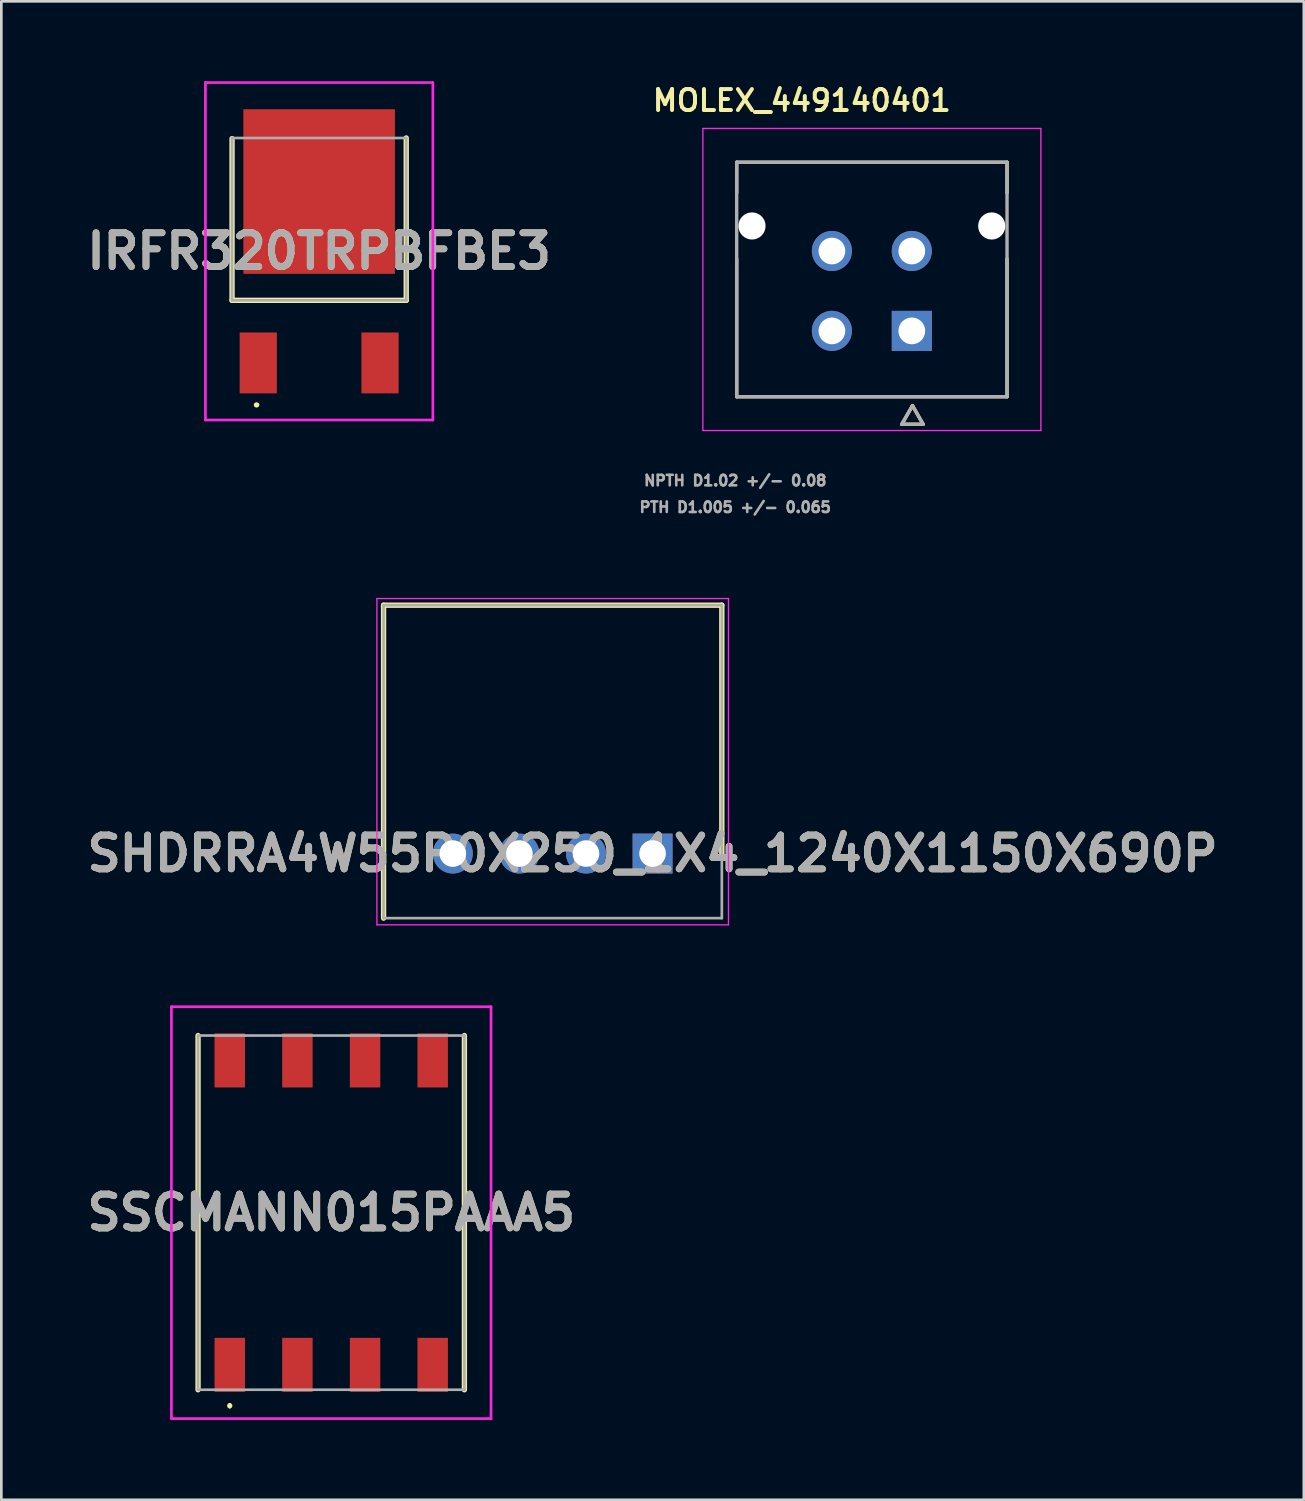
<source format=kicad_pcb>
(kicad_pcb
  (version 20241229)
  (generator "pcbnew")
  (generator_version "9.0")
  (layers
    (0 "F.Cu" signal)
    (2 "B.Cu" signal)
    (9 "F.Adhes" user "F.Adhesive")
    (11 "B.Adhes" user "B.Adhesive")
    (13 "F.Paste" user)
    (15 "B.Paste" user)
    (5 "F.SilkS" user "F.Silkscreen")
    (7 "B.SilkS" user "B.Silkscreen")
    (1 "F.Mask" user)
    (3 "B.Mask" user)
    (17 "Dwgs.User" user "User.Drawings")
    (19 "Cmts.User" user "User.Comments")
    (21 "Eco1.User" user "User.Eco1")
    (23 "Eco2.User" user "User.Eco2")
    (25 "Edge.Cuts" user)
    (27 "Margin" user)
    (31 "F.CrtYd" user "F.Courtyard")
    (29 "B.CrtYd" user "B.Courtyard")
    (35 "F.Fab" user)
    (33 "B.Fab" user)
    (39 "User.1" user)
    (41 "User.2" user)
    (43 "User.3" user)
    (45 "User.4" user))
  (footprint "SSCMANN015PAAA5"
    (layer "F.Cu")
    (at 9.386 42.479)
    (property "Reference" "SSCMANN015PAAA5" (at 0 0 0) (layer "F.SilkS") (effects (font (size 1.27 1.27) (thickness 0.254))))
    (attr smd)
    (fp_line (start -5 -6.65) (end -5 6.65) (stroke (width 0.2) (type solid)) (layer "F.SilkS"))
    (fp_line (start -3.81 7.2) (end -3.81 7.2) (stroke (width 0.1) (type solid)) (layer "F.SilkS"))
    (fp_line (start -3.81 7.3) (end -3.81 7.3) (stroke (width 0.1) (type solid)) (layer "F.SilkS"))
    (fp_line (start 5 -6.65) (end 5 6.65) (stroke (width 0.2) (type solid)) (layer "F.SilkS"))
    (fp_arc (start -3.81 7.2) (mid -3.76 7.25) (end -3.81 7.3) (stroke (width 0.1) (type solid)) (layer "F.SilkS"))
    (fp_arc (start -3.81 7.3) (mid -3.86 7.25) (end -3.81 7.2) (stroke (width 0.1) (type solid)) (layer "F.SilkS"))
    (fp_line (start -6 -7.732) (end 6 -7.732) (stroke (width 0.1) (type solid)) (layer "F.CrtYd"))
    (fp_line (start -6 7.732) (end -6 -7.732) (stroke (width 0.1) (type solid)) (layer "F.CrtYd"))
    (fp_line (start 6 -7.732) (end 6 7.732) (stroke (width 0.1) (type solid)) (layer "F.CrtYd"))
    (fp_line (start 6 7.732) (end -6 7.732) (stroke (width 0.1) (type solid)) (layer "F.CrtYd"))
    (fp_line (start -5 -6.65) (end 5 -6.65) (stroke (width 0.1) (type solid)) (layer "F.Fab"))
    (fp_line (start -5 6.65) (end -5 -6.65) (stroke (width 0.1) (type solid)) (layer "F.Fab"))
    (fp_line (start 5 -6.65) (end 5 6.65) (stroke (width 0.1) (type solid)) (layer "F.Fab"))
    (fp_line (start 5 6.65) (end -5 6.65) (stroke (width 0.1) (type solid)) (layer "F.Fab"))
    (fp_text user "${REFERENCE}" (at 0 0 0) (layer "F.Fab") (effects (font (size 1.27 1.27) (thickness 0.254))))
    (pad "1" smd rect (at -3.81 5.716) (size 1.143 2.032) (layers "F.Cu" "F.Mask" "F.Paste"))
    (pad "2" smd rect (at -1.27 5.716) (size 1.143 2.032) (layers "F.Cu" "F.Mask" "F.Paste"))
    (pad "3" smd rect (at 1.27 5.716) (size 1.143 2.032) (layers "F.Cu" "F.Mask" "F.Paste"))
    (pad "4" smd rect (at 3.81 5.716) (size 1.143 2.032) (layers "F.Cu" "F.Mask" "F.Paste"))
    (pad "5" smd rect (at 3.81 -5.716) (size 1.143 2.032) (layers "F.Cu" "F.Mask" "F.Paste"))
    (pad "6" smd rect (at 1.27 -5.716) (size 1.143 2.032) (layers "F.Cu" "F.Mask" "F.Paste"))
    (pad "7" smd rect (at -1.27 -5.716) (size 1.143 2.032) (layers "F.Cu" "F.Mask" "F.Paste"))
    (pad "8" smd rect (at -3.81 -5.716) (size 1.143 2.032) (layers "F.Cu" "F.Mask" "F.Paste")))
  (footprint "SHDRRA4W55P0X250_1X4_1240X1150X690P"
    (layer "F.Cu")
    (at 21.451 28.997)
    (property "Reference" "SHDRRA4W55P0X250_1X4_1240X1150X690P" (at 0 0 0) (layer "F.SilkS") (effects (font (size 1.27 1.27) (thickness 0.254))))
    (attr through_hole)
    (fp_line (start -10.1 -9.325) (end -10.1 2.425) (stroke (width 0.2) (type solid)) (layer "F.SilkS"))
    (fp_line (start 2.6 -9.325) (end -10.1 -9.325) (stroke (width 0.2) (type solid)) (layer "F.SilkS"))
    (fp_line (start 2.6 0) (end 2.6 -9.325) (stroke (width 0.2) (type solid)) (layer "F.SilkS"))
    (fp_line (start -10.35 -9.575) (end 2.85 -9.575) (stroke (width 0.05) (type solid)) (layer "F.CrtYd"))
    (fp_line (start -10.35 2.675) (end -10.35 -9.575) (stroke (width 0.05) (type solid)) (layer "F.CrtYd"))
    (fp_line (start 2.85 -9.575) (end 2.85 2.675) (stroke (width 0.05) (type solid)) (layer "F.CrtYd"))
    (fp_line (start 2.85 2.675) (end -10.35 2.675) (stroke (width 0.05) (type solid)) (layer "F.CrtYd"))
    (fp_line (start -10.1 -9.325) (end 2.6 -9.325) (stroke (width 0.1) (type solid)) (layer "F.Fab"))
    (fp_line (start -10.1 2.425) (end -10.1 -9.325) (stroke (width 0.1) (type solid)) (layer "F.Fab"))
    (fp_line (start 2.6 -9.325) (end 2.6 2.425) (stroke (width 0.1) (type solid)) (layer "F.Fab"))
    (fp_line (start 2.6 2.425) (end -10.1 2.425) (stroke (width 0.1) (type solid)) (layer "F.Fab"))
    (fp_text user "${REFERENCE}" (at 0 0 0) (layer "F.Fab") (effects (font (size 1.27 1.27) (thickness 0.254))))
    (pad "1" thru_hole rect (at 0 0) (size 1.5 1.5) (drill 1) (layers "*.Cu" "*.Mask"))
    (pad "2" thru_hole circle (at -2.5 0) (size 1.5 1.5) (drill 1) (layers "*.Cu" "*.Mask"))
    (pad "3" thru_hole circle (at -5 0) (size 1.5 1.5) (drill 1) (layers "*.Cu" "*.Mask"))
    (pad "4" thru_hole circle (at -7.5 0) (size 1.5 1.5) (drill 1) (layers "*.Cu" "*.Mask")))
  (footprint "IRFR320TRPBFBE3"
    (layer "F.Cu")
    (at 8.932 6.384)
    (property "Reference" "IRFR320TRPBFBE3" (at 0 0 0) (layer "F.SilkS") (effects (font (size 1.27 1.27) (thickness 0.254))))
    (attr smd)
    (fp_line (start -3.27 1.842) (end -3.27 -4.231) (stroke (width 0.2) (type solid)) (layer "F.SilkS"))
    (fp_line (start -2.4 5.769) (end -2.4 5.769) (stroke (width 0.1) (type solid)) (layer "F.SilkS"))
    (fp_line (start -2.3 5.769) (end -2.3 5.769) (stroke (width 0.1) (type solid)) (layer "F.SilkS"))
    (fp_line (start 3.27 -4.254) (end 3.27 1.842) (stroke (width 0.2) (type solid)) (layer "F.SilkS"))
    (fp_line (start 3.27 1.842) (end -3.27 1.842) (stroke (width 0.2) (type solid)) (layer "F.SilkS"))
    (fp_arc (start -2.4 5.769) (mid -2.35 5.719) (end -2.3 5.769) (stroke (width 0.1) (type solid)) (layer "F.SilkS"))
    (fp_arc (start -2.3 5.769) (mid -2.35 5.819) (end -2.4 5.769) (stroke (width 0.1) (type solid)) (layer "F.SilkS"))
    (fp_line (start -4.27 -6.334) (end 4.27 -6.334) (stroke (width 0.1) (type solid)) (layer "F.CrtYd"))
    (fp_line (start -4.27 6.334) (end -4.27 -6.334) (stroke (width 0.1) (type solid)) (layer "F.CrtYd"))
    (fp_line (start 4.27 -6.334) (end 4.27 6.334) (stroke (width 0.1) (type solid)) (layer "F.CrtYd"))
    (fp_line (start 4.27 6.334) (end -4.27 6.334) (stroke (width 0.1) (type solid)) (layer "F.CrtYd"))
    (fp_line (start -3.27 -4.253) (end 3.27 -4.253) (stroke (width 0.1) (type solid)) (layer "F.Fab"))
    (fp_line (start -3.27 1.842) (end -3.27 -4.253) (stroke (width 0.1) (type solid)) (layer "F.Fab"))
    (fp_line (start 3.27 -4.253) (end 3.27 1.842) (stroke (width 0.1) (type solid)) (layer "F.Fab"))
    (fp_line (start 3.27 1.842) (end -3.27 1.842) (stroke (width 0.1) (type solid)) (layer "F.Fab"))
    (fp_text user "${REFERENCE}" (at 0 0 0) (layer "F.Fab") (effects (font (size 1.27 1.27) (thickness 0.254))))
    (pad "1" smd rect (at -2.286 4.192) (size 1.397 2.286) (layers "F.Cu" "F.Mask" "F.Paste"))
    (pad "2" smd rect (at 0 -2.243) (size 5.69 6.18) (layers "F.Cu" "F.Mask" "F.Paste"))
    (pad "3" smd rect (at 2.286 4.192) (size 1.397 2.286) (layers "F.Cu" "F.Mask" "F.Paste")))
  (footprint "MOLEX_449140401"
    (layer "F.Cu")
    (at 31.184 9.374)
    (property "Reference" "MOLEX_449140401" (at -4.13 -8.65 0) (layer "F.SilkS") (effects (font (size 0.787 0.787) (thickness 0.15))))
    (attr through_hole)
    (fp_circle (center -6 -3.94) (end -5.707 -3.94) (stroke (width 0.586) (type solid)) (fill no) (layer "F.Mask"))
    (fp_circle (center -3 -3) (end -2.586 -3) (stroke (width 0.829) (type solid)) (fill no) (layer "F.Mask"))
    (fp_circle (center -3 0) (end -2.586 0) (stroke (width 0.829) (type solid)) (fill no) (layer "F.Mask"))
    (fp_circle (center 0 -3) (end 0.414 -3) (stroke (width 0.829) (type solid)) (fill no) (layer "F.Mask"))
    (fp_circle (center 3 -3.94) (end 3.293 -3.94) (stroke (width 0.586) (type solid)) (fill no) (layer "F.Mask"))
    (fp_poly (pts (xy -0.829 -0.829) (xy 0.829 -0.829) (xy 0.829 0.829) (xy -0.829 0.829)) (stroke (width 0.01) (type solid)) (fill yes) (layer "F.Mask"))
    (fp_circle (center -6 -3.94) (end -5.707 -3.94) (stroke (width 0.586) (type solid)) (fill no) (layer "B.Mask"))
    (fp_circle (center -3 -3) (end -2.586 -3) (stroke (width 0.829) (type solid)) (fill no) (layer "B.Mask"))
    (fp_circle (center -3 0) (end -2.586 0) (stroke (width 0.829) (type solid)) (fill no) (layer "B.Mask"))
    (fp_circle (center 0 -3) (end 0.414 -3) (stroke (width 0.829) (type solid)) (fill no) (layer "B.Mask"))
    (fp_circle (center 3 -3.94) (end 3.293 -3.94) (stroke (width 0.586) (type solid)) (fill no) (layer "B.Mask"))
    (fp_poly (pts (xy -0.829 -0.829) (xy 0.829 -0.829) (xy 0.829 0.829) (xy -0.829 0.829)) (stroke (width 0.01) (type solid)) (fill yes) (layer "B.Mask"))
    (fp_line (start -6.575 -6.33) (end -6.575 -5.18) (stroke (width 0.127) (type solid)) (layer "F.SilkS"))
    (fp_line (start -6.575 -2.7) (end -6.575 2.47) (stroke (width 0.127) (type solid)) (layer "F.SilkS"))
    (fp_line (start -6.575 2.47) (end 3.575 2.47) (stroke (width 0.127) (type solid)) (layer "F.SilkS"))
    (fp_line (start -0.375 3.505) (end 0.425 3.505) (stroke (width 0.127) (type solid)) (layer "F.SilkS"))
    (fp_line (start 0.025 2.805) (end -0.375 3.505) (stroke (width 0.127) (type solid)) (layer "F.SilkS"))
    (fp_line (start 0.425 3.505) (end 0.025 2.805) (stroke (width 0.127) (type solid)) (layer "F.SilkS"))
    (fp_line (start 3.575 -6.33) (end -6.575 -6.33) (stroke (width 0.127) (type solid)) (layer "F.SilkS"))
    (fp_line (start 3.575 -5.18) (end 3.575 -6.33) (stroke (width 0.127) (type solid)) (layer "F.SilkS"))
    (fp_line (start 3.575 2.47) (end 3.575 -2.7) (stroke (width 0.127) (type solid)) (layer "F.SilkS"))
    (fp_line (start -7.845 -7.6) (end -7.845 3.74) (stroke (width 0.05) (type solid)) (layer "F.CrtYd"))
    (fp_line (start -7.845 3.74) (end 4.845 3.74) (stroke (width 0.05) (type solid)) (layer "F.CrtYd"))
    (fp_line (start 4.845 -7.6) (end -7.845 -7.6) (stroke (width 0.05) (type solid)) (layer "F.CrtYd"))
    (fp_line (start 4.845 3.74) (end 4.845 -7.6) (stroke (width 0.05) (type solid)) (layer "F.CrtYd"))
    (fp_line (start -6.575 -6.33) (end -6.575 2.47) (stroke (width 0.127) (type solid)) (layer "F.Fab"))
    (fp_line (start -6.575 2.47) (end 3.575 2.47) (stroke (width 0.127) (type solid)) (layer "F.Fab"))
    (fp_line (start -0.375 3.505) (end 0.425 3.505) (stroke (width 0.127) (type solid)) (layer "F.Fab"))
    (fp_line (start 0.025 2.805) (end -0.375 3.505) (stroke (width 0.127) (type solid)) (layer "F.Fab"))
    (fp_line (start 0.425 3.505) (end 0.025 2.805) (stroke (width 0.127) (type solid)) (layer "F.Fab"))
    (fp_line (start 3.575 -6.33) (end -6.575 -6.33) (stroke (width 0.127) (type solid)) (layer "F.Fab"))
    (fp_line (start 3.575 2.47) (end 3.575 -6.33) (stroke (width 0.127) (type solid)) (layer "F.Fab"))
    (fp_text user "PTH D1.005 +/- 0.065" (at -6.63 6.62 0) (layer "F.Fab") (effects (font (size 0.394 0.394) (thickness 0.15))))
    (fp_text user "NPTH D1.02 +/- 0.08" (at -6.63 5.62 0) (layer "F.Fab") (effects (font (size 0.394 0.394) (thickness 0.15))))
    (pad "" np_thru_hole circle (at -6 -3.94) (size 1.02 1.02) (drill 1.02) (layers "*.Cu" "*.Mask"))
    (pad "" np_thru_hole circle (at 3 -3.94) (size 1.02 1.02) (drill 1.02) (layers "*.Cu" "*.Mask"))
    (pad "1" thru_hole rect (at 0 0) (size 1.505 1.505) (drill 1.005) (layers "*.Cu"))
    (pad "2" thru_hole circle (at -3 0) (size 1.505 1.505) (drill 1.005) (layers "*.Cu"))
    (pad "3" thru_hole circle (at 0 -3) (size 1.505 1.505) (drill 1.005) (layers "*.Cu"))
    (pad "4" thru_hole circle (at -3 -3) (size 1.505 1.505) (drill 1.005) (layers "*.Cu")))
  (gr_rect
    (start -3 -3)
    (end 45.902 53.261)
    (stroke (width 0.1) (type default))
    (fill no)
    (layer "Edge.Cuts")))
</source>
